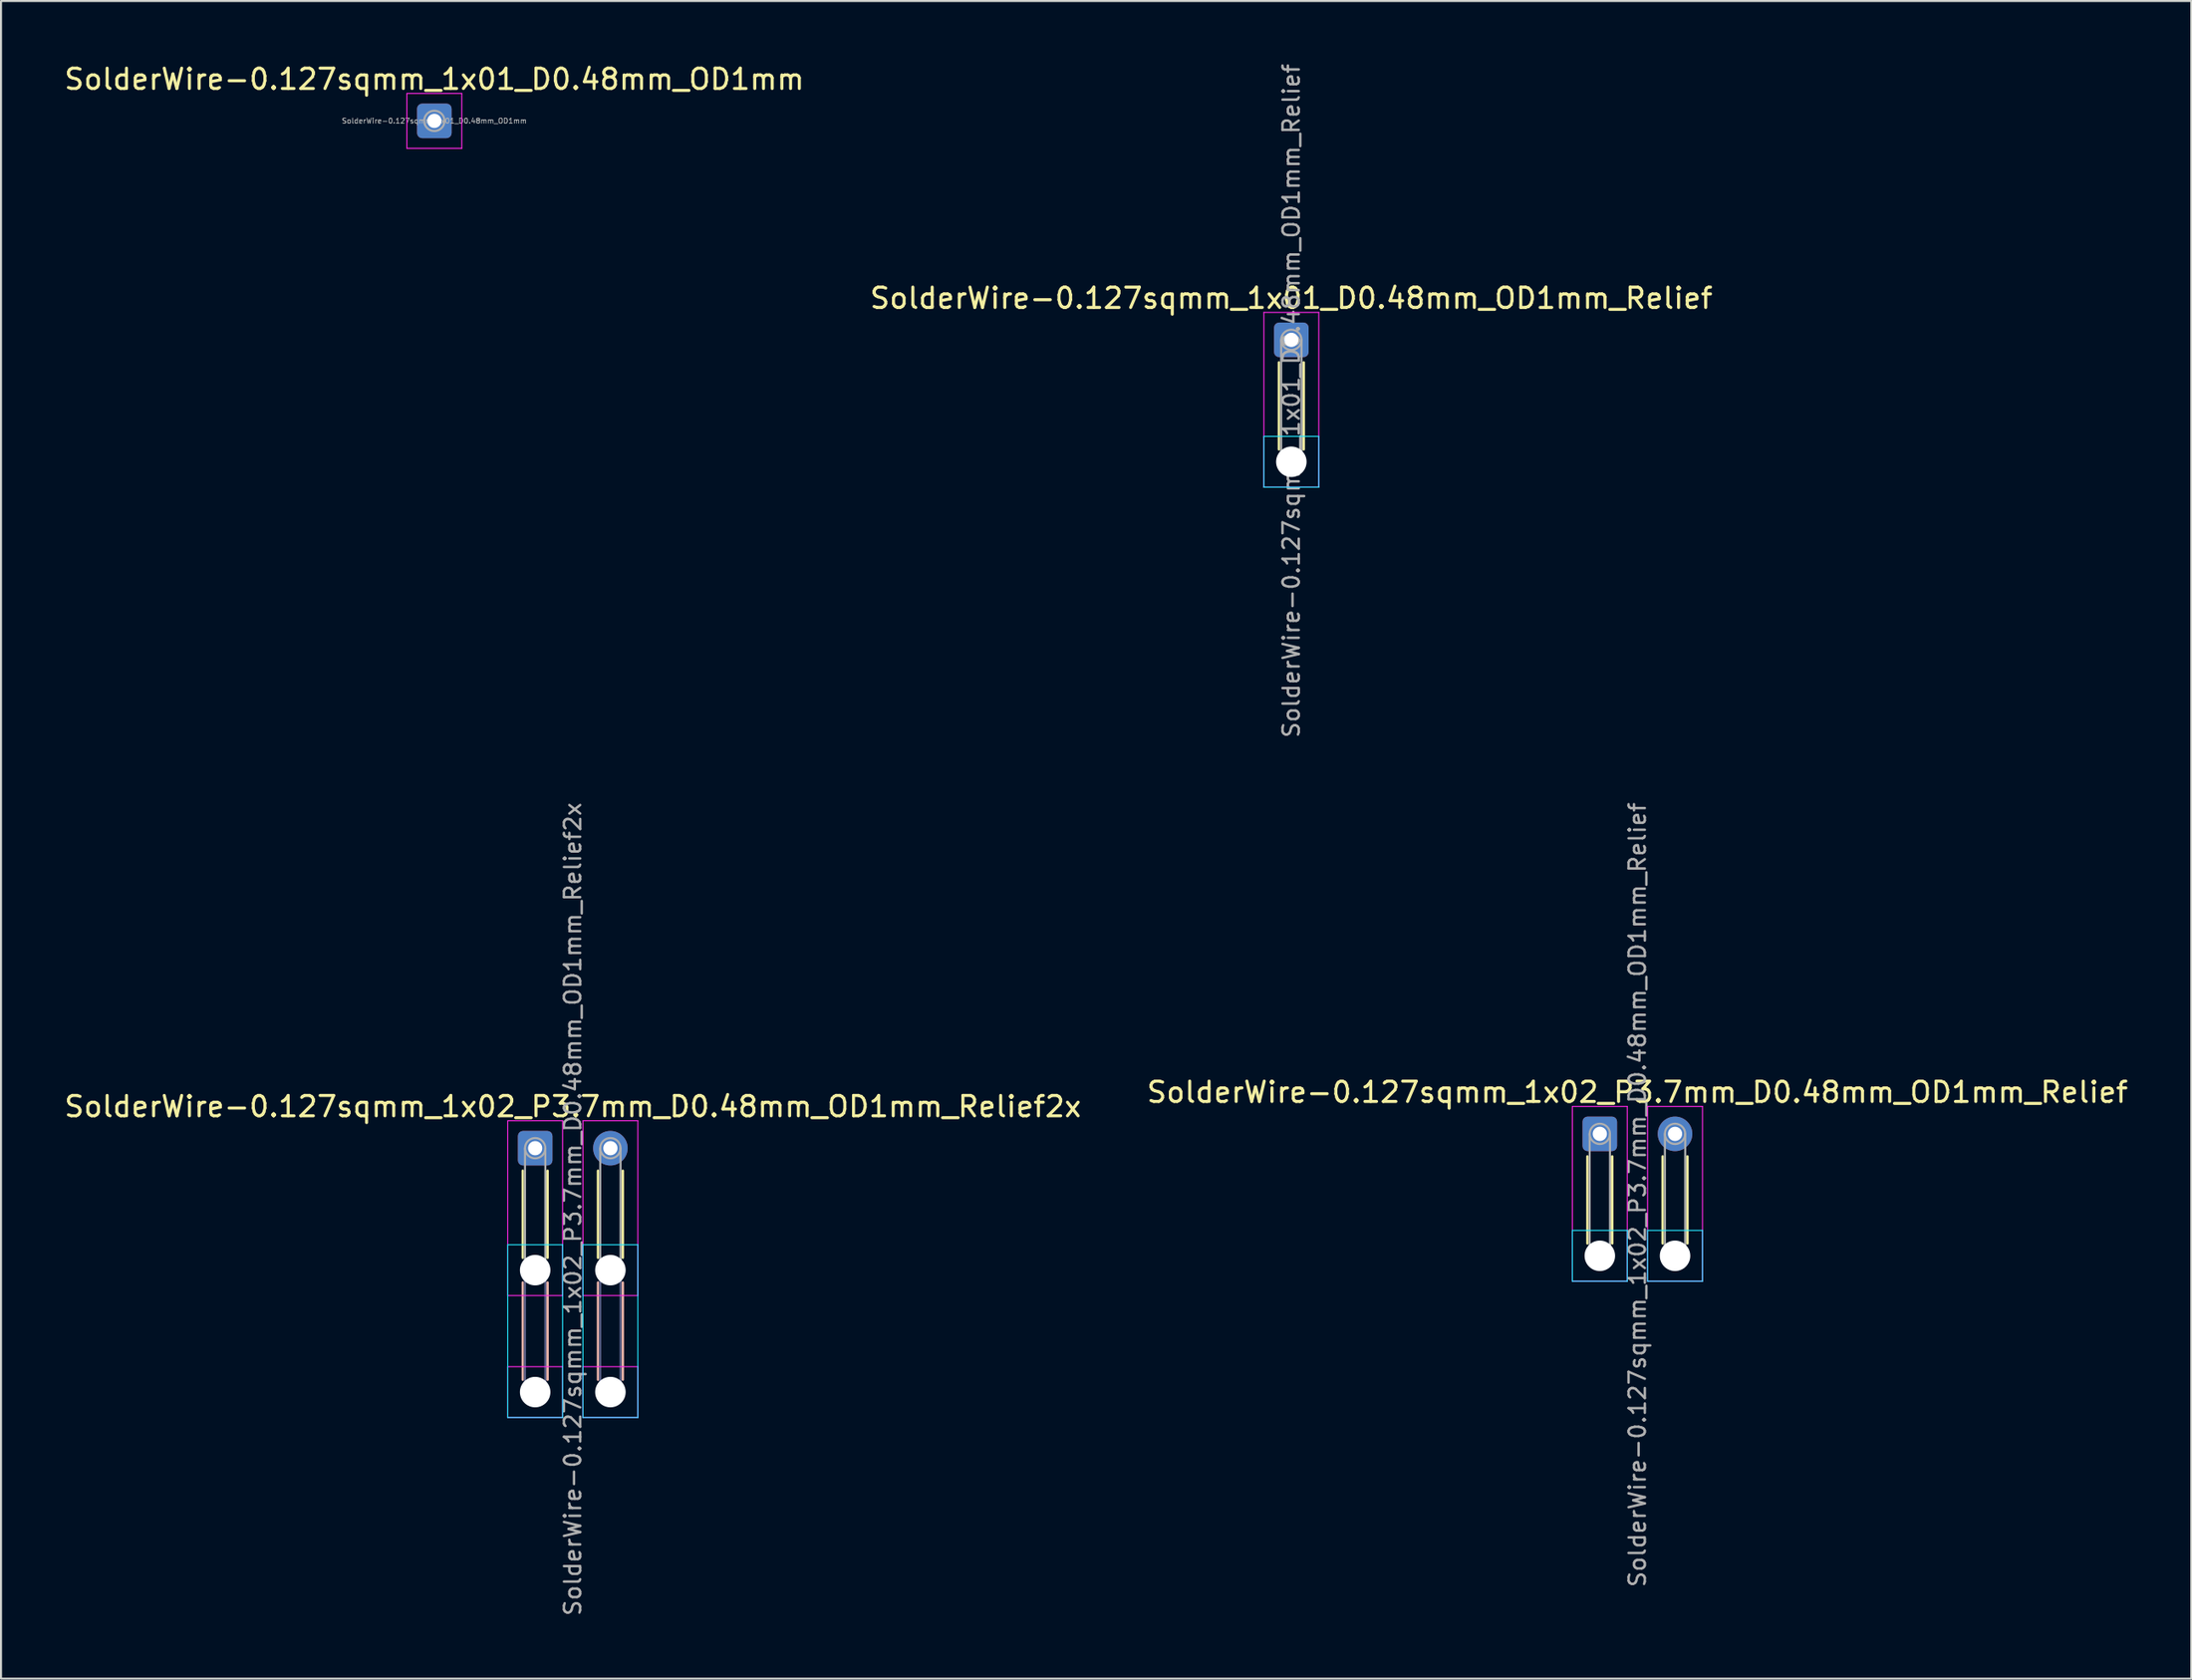
<source format=kicad_pcb>
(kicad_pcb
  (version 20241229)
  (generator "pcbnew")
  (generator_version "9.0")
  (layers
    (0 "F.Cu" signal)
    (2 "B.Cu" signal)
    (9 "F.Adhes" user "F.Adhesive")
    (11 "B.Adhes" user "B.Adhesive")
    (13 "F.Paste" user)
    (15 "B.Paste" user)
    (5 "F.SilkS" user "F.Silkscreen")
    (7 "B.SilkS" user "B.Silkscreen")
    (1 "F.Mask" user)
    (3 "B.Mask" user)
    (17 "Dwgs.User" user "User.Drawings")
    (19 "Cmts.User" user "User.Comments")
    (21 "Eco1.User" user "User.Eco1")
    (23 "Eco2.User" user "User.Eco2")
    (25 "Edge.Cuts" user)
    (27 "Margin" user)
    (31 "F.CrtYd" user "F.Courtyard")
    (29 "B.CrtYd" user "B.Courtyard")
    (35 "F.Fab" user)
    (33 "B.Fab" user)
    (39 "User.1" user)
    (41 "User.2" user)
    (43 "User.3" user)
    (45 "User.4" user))
  (footprint "SolderWire-0.127sqmm_1x01_D0.48mm_OD1mm_Relief"
    (layer "F.Cu")
    (at 60.47 13.671)
    (property "Reference" "SolderWire-0.127sqmm_1x01_D0.48mm_OD1mm_Relief" (at 0 -2.05 0) (layer "F.SilkS") (effects (font (size 1 1) (thickness 0.15))))
    (attr exclude_from_pos_files exclude_from_bom)
    (fp_line (start -0.61 1.11) (end -0.61 5.39) (stroke (width 0.12) (type solid)) (layer "F.SilkS"))
    (fp_line (start 0.61 1.11) (end 0.61 5.39) (stroke (width 0.12) (type solid)) (layer "F.SilkS"))
    (fp_line (start -1.35 4.75) (end -1.35 7.25) (stroke (width 0.05) (type solid)) (layer "B.CrtYd"))
    (fp_line (start -1.35 7.25) (end 1.35 7.25) (stroke (width 0.05) (type solid)) (layer "B.CrtYd"))
    (fp_line (start 1.35 4.75) (end -1.35 4.75) (stroke (width 0.05) (type solid)) (layer "B.CrtYd"))
    (fp_line (start 1.35 7.25) (end 1.35 4.75) (stroke (width 0.05) (type solid)) (layer "B.CrtYd"))
    (fp_line (start -1.35 -1.35) (end -1.35 7.25) (stroke (width 0.05) (type solid)) (layer "F.CrtYd"))
    (fp_line (start -1.35 7.25) (end 1.35 7.25) (stroke (width 0.05) (type solid)) (layer "F.CrtYd"))
    (fp_line (start 1.35 -1.35) (end -1.35 -1.35) (stroke (width 0.05) (type solid)) (layer "F.CrtYd"))
    (fp_line (start 1.35 7.25) (end 1.35 -1.35) (stroke (width 0.05) (type solid)) (layer "F.CrtYd"))
    (fp_line (start -0.5 0) (end -0.5 6) (stroke (width 0.1) (type solid)) (layer "F.Fab"))
    (fp_line (start 0.5 0) (end 0.5 6) (stroke (width 0.1) (type solid)) (layer "F.Fab"))
    (fp_circle (center 0 0) (end 0.5 0) (stroke (width 0.1) (type solid)) (fill no) (layer "F.Fab"))
    (fp_circle (center 0 6) (end 0.5 6) (stroke (width 0.1) (type solid)) (fill no) (layer "F.Fab"))
    (fp_text user "${REFERENCE}" (at 0 3 90) (layer "F.Fab") (effects (font (size 0.8 0.8) (thickness 0.12))))
    (pad "" np_thru_hole circle (at 0 6) (size 1.5 1.5) (drill 1.5) (layers "*.Cu" "*.Mask"))
    (pad "1" thru_hole roundrect (at 0 0) (size 1.7 1.7) (drill 0.7) (layers "*.Cu" "*.Mask") (roundrect_rratio 0.147)))
  (footprint "SolderWire-0.127sqmm_1x02_P3.7mm_D0.48mm_OD1mm_Relief2x"
    (layer "F.Cu")
    (at 23.275 53.443)
    (property "Reference" "SolderWire-0.127sqmm_1x02_P3.7mm_D0.48mm_OD1mm_Relief2x" (at 1.85 -2.05 0) (layer "F.SilkS") (effects (font (size 1 1) (thickness 0.15))))
    (attr exclude_from_pos_files exclude_from_bom)
    (fp_line (start -0.61 1.11) (end -0.61 5.39) (stroke (width 0.12) (type solid)) (layer "F.SilkS"))
    (fp_line (start 0.61 1.11) (end 0.61 5.39) (stroke (width 0.12) (type solid)) (layer "F.SilkS"))
    (fp_line (start 3.09 1.11) (end 3.09 5.39) (stroke (width 0.12) (type solid)) (layer "F.SilkS"))
    (fp_line (start 4.31 1.11) (end 4.31 5.39) (stroke (width 0.12) (type solid)) (layer "F.SilkS"))
    (fp_line (start -0.61 6.61) (end -0.61 11.39) (stroke (width 0.12) (type solid)) (layer "B.SilkS"))
    (fp_line (start 0.61 6.61) (end 0.61 11.39) (stroke (width 0.12) (type solid)) (layer "B.SilkS"))
    (fp_line (start 3.09 6.61) (end 3.09 11.39) (stroke (width 0.12) (type solid)) (layer "B.SilkS"))
    (fp_line (start 4.31 6.61) (end 4.31 11.39) (stroke (width 0.12) (type solid)) (layer "B.SilkS"))
    (fp_line (start -1.35 4.75) (end -1.35 13.25) (stroke (width 0.05) (type solid)) (layer "B.CrtYd"))
    (fp_line (start -1.35 13.25) (end 1.35 13.25) (stroke (width 0.05) (type solid)) (layer "B.CrtYd"))
    (fp_line (start 1.35 4.75) (end -1.35 4.75) (stroke (width 0.05) (type solid)) (layer "B.CrtYd"))
    (fp_line (start 1.35 13.25) (end 1.35 4.75) (stroke (width 0.05) (type solid)) (layer "B.CrtYd"))
    (fp_line (start 2.35 4.75) (end 2.35 13.25) (stroke (width 0.05) (type solid)) (layer "B.CrtYd"))
    (fp_line (start 2.35 13.25) (end 5.05 13.25) (stroke (width 0.05) (type solid)) (layer "B.CrtYd"))
    (fp_line (start 5.05 4.75) (end 2.35 4.75) (stroke (width 0.05) (type solid)) (layer "B.CrtYd"))
    (fp_line (start 5.05 13.25) (end 5.05 4.75) (stroke (width 0.05) (type solid)) (layer "B.CrtYd"))
    (fp_line (start -1.35 -1.35) (end -1.35 7.25) (stroke (width 0.05) (type solid)) (layer "F.CrtYd"))
    (fp_line (start -1.35 7.25) (end 1.35 7.25) (stroke (width 0.05) (type solid)) (layer "F.CrtYd"))
    (fp_line (start -1.35 10.75) (end -1.35 13.25) (stroke (width 0.05) (type solid)) (layer "F.CrtYd"))
    (fp_line (start -1.35 13.25) (end 1.35 13.25) (stroke (width 0.05) (type solid)) (layer "F.CrtYd"))
    (fp_line (start 1.35 -1.35) (end -1.35 -1.35) (stroke (width 0.05) (type solid)) (layer "F.CrtYd"))
    (fp_line (start 1.35 7.25) (end 1.35 -1.35) (stroke (width 0.05) (type solid)) (layer "F.CrtYd"))
    (fp_line (start 1.35 10.75) (end -1.35 10.75) (stroke (width 0.05) (type solid)) (layer "F.CrtYd"))
    (fp_line (start 1.35 13.25) (end 1.35 10.75) (stroke (width 0.05) (type solid)) (layer "F.CrtYd"))
    (fp_line (start 2.35 -1.35) (end 2.35 7.25) (stroke (width 0.05) (type solid)) (layer "F.CrtYd"))
    (fp_line (start 2.35 7.25) (end 5.05 7.25) (stroke (width 0.05) (type solid)) (layer "F.CrtYd"))
    (fp_line (start 2.35 10.75) (end 2.35 13.25) (stroke (width 0.05) (type solid)) (layer "F.CrtYd"))
    (fp_line (start 2.35 13.25) (end 5.05 13.25) (stroke (width 0.05) (type solid)) (layer "F.CrtYd"))
    (fp_line (start 5.05 -1.35) (end 2.35 -1.35) (stroke (width 0.05) (type solid)) (layer "F.CrtYd"))
    (fp_line (start 5.05 7.25) (end 5.05 -1.35) (stroke (width 0.05) (type solid)) (layer "F.CrtYd"))
    (fp_line (start 5.05 10.75) (end 2.35 10.75) (stroke (width 0.05) (type solid)) (layer "F.CrtYd"))
    (fp_line (start 5.05 13.25) (end 5.05 10.75) (stroke (width 0.05) (type solid)) (layer "F.CrtYd"))
    (fp_line (start -0.5 6) (end -0.5 12) (stroke (width 0.1) (type solid)) (layer "B.Fab"))
    (fp_line (start 0.5 6) (end 0.5 12) (stroke (width 0.1) (type solid)) (layer "B.Fab"))
    (fp_line (start 3.2 6) (end 3.2 12) (stroke (width 0.1) (type solid)) (layer "B.Fab"))
    (fp_line (start 4.2 6) (end 4.2 12) (stroke (width 0.1) (type solid)) (layer "B.Fab"))
    (fp_circle (center 0 6) (end 0.5 6) (stroke (width 0.1) (type solid)) (fill no) (layer "B.Fab"))
    (fp_circle (center 0 12) (end 0.5 12) (stroke (width 0.1) (type solid)) (fill no) (layer "B.Fab"))
    (fp_circle (center 3.7 6) (end 4.2 6) (stroke (width 0.1) (type solid)) (fill no) (layer "B.Fab"))
    (fp_circle (center 3.7 12) (end 4.2 12) (stroke (width 0.1) (type solid)) (fill no) (layer "B.Fab"))
    (fp_line (start -0.5 0) (end -0.5 6) (stroke (width 0.1) (type solid)) (layer "F.Fab"))
    (fp_line (start 0.5 0) (end 0.5 6) (stroke (width 0.1) (type solid)) (layer "F.Fab"))
    (fp_line (start 3.2 0) (end 3.2 6) (stroke (width 0.1) (type solid)) (layer "F.Fab"))
    (fp_line (start 4.2 0) (end 4.2 6) (stroke (width 0.1) (type solid)) (layer "F.Fab"))
    (fp_circle (center 0 0) (end 0.5 0) (stroke (width 0.1) (type solid)) (fill no) (layer "F.Fab"))
    (fp_circle (center 0 6) (end 0.5 6) (stroke (width 0.1) (type solid)) (fill no) (layer "F.Fab"))
    (fp_circle (center 0 12) (end 0.5 12) (stroke (width 0.1) (type solid)) (fill no) (layer "F.Fab"))
    (fp_circle (center 3.7 0) (end 4.2 0) (stroke (width 0.1) (type solid)) (fill no) (layer "F.Fab"))
    (fp_circle (center 3.7 6) (end 4.2 6) (stroke (width 0.1) (type solid)) (fill no) (layer "F.Fab"))
    (fp_circle (center 3.7 12) (end 4.2 12) (stroke (width 0.1) (type solid)) (fill no) (layer "F.Fab"))
    (fp_text user "${REFERENCE}" (at 1.85 3 90) (layer "F.Fab") (effects (font (size 0.8 0.8) (thickness 0.12))))
    (pad "" np_thru_hole circle (at 0 6) (size 1.5 1.5) (drill 1.5) (layers "*.Cu" "*.Mask"))
    (pad "" np_thru_hole circle (at 0 12) (size 1.5 1.5) (drill 1.5) (layers "*.Cu" "*.Mask"))
    (pad "" np_thru_hole circle (at 3.7 6) (size 1.5 1.5) (drill 1.5) (layers "*.Cu" "*.Mask"))
    (pad "" np_thru_hole circle (at 3.7 12) (size 1.5 1.5) (drill 1.5) (layers "*.Cu" "*.Mask"))
    (pad "1" thru_hole roundrect (at 0 0) (size 1.7 1.7) (drill 0.7) (layers "*.Cu" "*.Mask") (roundrect_rratio 0.147))
    (pad "2" thru_hole circle (at 3.7 0) (size 1.7 1.7) (drill 0.7) (layers "*.Cu" "*.Mask")))
  (footprint "SolderWire-0.127sqmm_1x01_D0.48mm_OD1mm"
    (layer "F.Cu")
    (at 18.315 2.898)
    (property "Reference" "SolderWire-0.127sqmm_1x01_D0.48mm_OD1mm" (at 0 -2.05 0) (layer "F.SilkS") (effects (font (size 1 1) (thickness 0.15))))
    (attr exclude_from_pos_files exclude_from_bom)
    (fp_line (start -1.35 -1.35) (end -1.35 1.35) (stroke (width 0.05) (type solid)) (layer "F.CrtYd"))
    (fp_line (start -1.35 1.35) (end 1.35 1.35) (stroke (width 0.05) (type solid)) (layer "F.CrtYd"))
    (fp_line (start 1.35 -1.35) (end -1.35 -1.35) (stroke (width 0.05) (type solid)) (layer "F.CrtYd"))
    (fp_line (start 1.35 1.35) (end 1.35 -1.35) (stroke (width 0.05) (type solid)) (layer "F.CrtYd"))
    (fp_circle (center 0 0) (end 0.5 0) (stroke (width 0.1) (type solid)) (fill no) (layer "F.Fab"))
    (fp_text user "${REFERENCE}" (at 0 0 0) (layer "F.Fab") (effects (font (size 0.25 0.25) (thickness 0.04))))
    (pad "1" thru_hole roundrect (at 0 0) (size 1.7 1.7) (drill 0.7) (layers "*.Cu" "*.Mask") (roundrect_rratio 0.147)))
  (footprint "SolderWire-0.127sqmm_1x02_P3.7mm_D0.48mm_OD1mm_Relief"
    (layer "F.Cu")
    (at 75.644 52.738)
    (property "Reference" "SolderWire-0.127sqmm_1x02_P3.7mm_D0.48mm_OD1mm_Relief" (at 1.85 -2.05 0) (layer "F.SilkS") (effects (font (size 1 1) (thickness 0.15))))
    (attr exclude_from_pos_files exclude_from_bom)
    (fp_line (start -0.61 1.11) (end -0.61 5.39) (stroke (width 0.12) (type solid)) (layer "F.SilkS"))
    (fp_line (start 0.61 1.11) (end 0.61 5.39) (stroke (width 0.12) (type solid)) (layer "F.SilkS"))
    (fp_line (start 3.09 1.11) (end 3.09 5.39) (stroke (width 0.12) (type solid)) (layer "F.SilkS"))
    (fp_line (start 4.31 1.11) (end 4.31 5.39) (stroke (width 0.12) (type solid)) (layer "F.SilkS"))
    (fp_line (start -1.35 4.75) (end -1.35 7.25) (stroke (width 0.05) (type solid)) (layer "B.CrtYd"))
    (fp_line (start -1.35 7.25) (end 1.35 7.25) (stroke (width 0.05) (type solid)) (layer "B.CrtYd"))
    (fp_line (start 1.35 4.75) (end -1.35 4.75) (stroke (width 0.05) (type solid)) (layer "B.CrtYd"))
    (fp_line (start 1.35 7.25) (end 1.35 4.75) (stroke (width 0.05) (type solid)) (layer "B.CrtYd"))
    (fp_line (start 2.35 4.75) (end 2.35 7.25) (stroke (width 0.05) (type solid)) (layer "B.CrtYd"))
    (fp_line (start 2.35 7.25) (end 5.05 7.25) (stroke (width 0.05) (type solid)) (layer "B.CrtYd"))
    (fp_line (start 5.05 4.75) (end 2.35 4.75) (stroke (width 0.05) (type solid)) (layer "B.CrtYd"))
    (fp_line (start 5.05 7.25) (end 5.05 4.75) (stroke (width 0.05) (type solid)) (layer "B.CrtYd"))
    (fp_line (start -1.35 -1.35) (end -1.35 7.25) (stroke (width 0.05) (type solid)) (layer "F.CrtYd"))
    (fp_line (start -1.35 7.25) (end 1.35 7.25) (stroke (width 0.05) (type solid)) (layer "F.CrtYd"))
    (fp_line (start 1.35 -1.35) (end -1.35 -1.35) (stroke (width 0.05) (type solid)) (layer "F.CrtYd"))
    (fp_line (start 1.35 7.25) (end 1.35 -1.35) (stroke (width 0.05) (type solid)) (layer "F.CrtYd"))
    (fp_line (start 2.35 -1.35) (end 2.35 7.25) (stroke (width 0.05) (type solid)) (layer "F.CrtYd"))
    (fp_line (start 2.35 7.25) (end 5.05 7.25) (stroke (width 0.05) (type solid)) (layer "F.CrtYd"))
    (fp_line (start 5.05 -1.35) (end 2.35 -1.35) (stroke (width 0.05) (type solid)) (layer "F.CrtYd"))
    (fp_line (start 5.05 7.25) (end 5.05 -1.35) (stroke (width 0.05) (type solid)) (layer "F.CrtYd"))
    (fp_line (start -0.5 0) (end -0.5 6) (stroke (width 0.1) (type solid)) (layer "F.Fab"))
    (fp_line (start 0.5 0) (end 0.5 6) (stroke (width 0.1) (type solid)) (layer "F.Fab"))
    (fp_line (start 3.2 0) (end 3.2 6) (stroke (width 0.1) (type solid)) (layer "F.Fab"))
    (fp_line (start 4.2 0) (end 4.2 6) (stroke (width 0.1) (type solid)) (layer "F.Fab"))
    (fp_circle (center 0 0) (end 0.5 0) (stroke (width 0.1) (type solid)) (fill no) (layer "F.Fab"))
    (fp_circle (center 0 6) (end 0.5 6) (stroke (width 0.1) (type solid)) (fill no) (layer "F.Fab"))
    (fp_circle (center 3.7 0) (end 4.2 0) (stroke (width 0.1) (type solid)) (fill no) (layer "F.Fab"))
    (fp_circle (center 3.7 6) (end 4.2 6) (stroke (width 0.1) (type solid)) (fill no) (layer "F.Fab"))
    (fp_text user "${REFERENCE}" (at 1.85 3 90) (layer "F.Fab") (effects (font (size 0.8 0.8) (thickness 0.12))))
    (pad "" np_thru_hole circle (at 0 6) (size 1.5 1.5) (drill 1.5) (layers "*.Cu" "*.Mask"))
    (pad "" np_thru_hole circle (at 3.7 6) (size 1.5 1.5) (drill 1.5) (layers "*.Cu" "*.Mask"))
    (pad "1" thru_hole roundrect (at 0 0) (size 1.7 1.7) (drill 0.7) (layers "*.Cu" "*.Mask") (roundrect_rratio 0.147))
    (pad "2" thru_hole circle (at 3.7 0) (size 1.7 1.7) (drill 0.7) (layers "*.Cu" "*.Mask")))
  (gr_rect
    (start -3 -3)
    (end 104.738 79.543)
    (stroke (width 0.1) (type default))
    (fill no)
    (layer "Edge.Cuts")))
</source>
